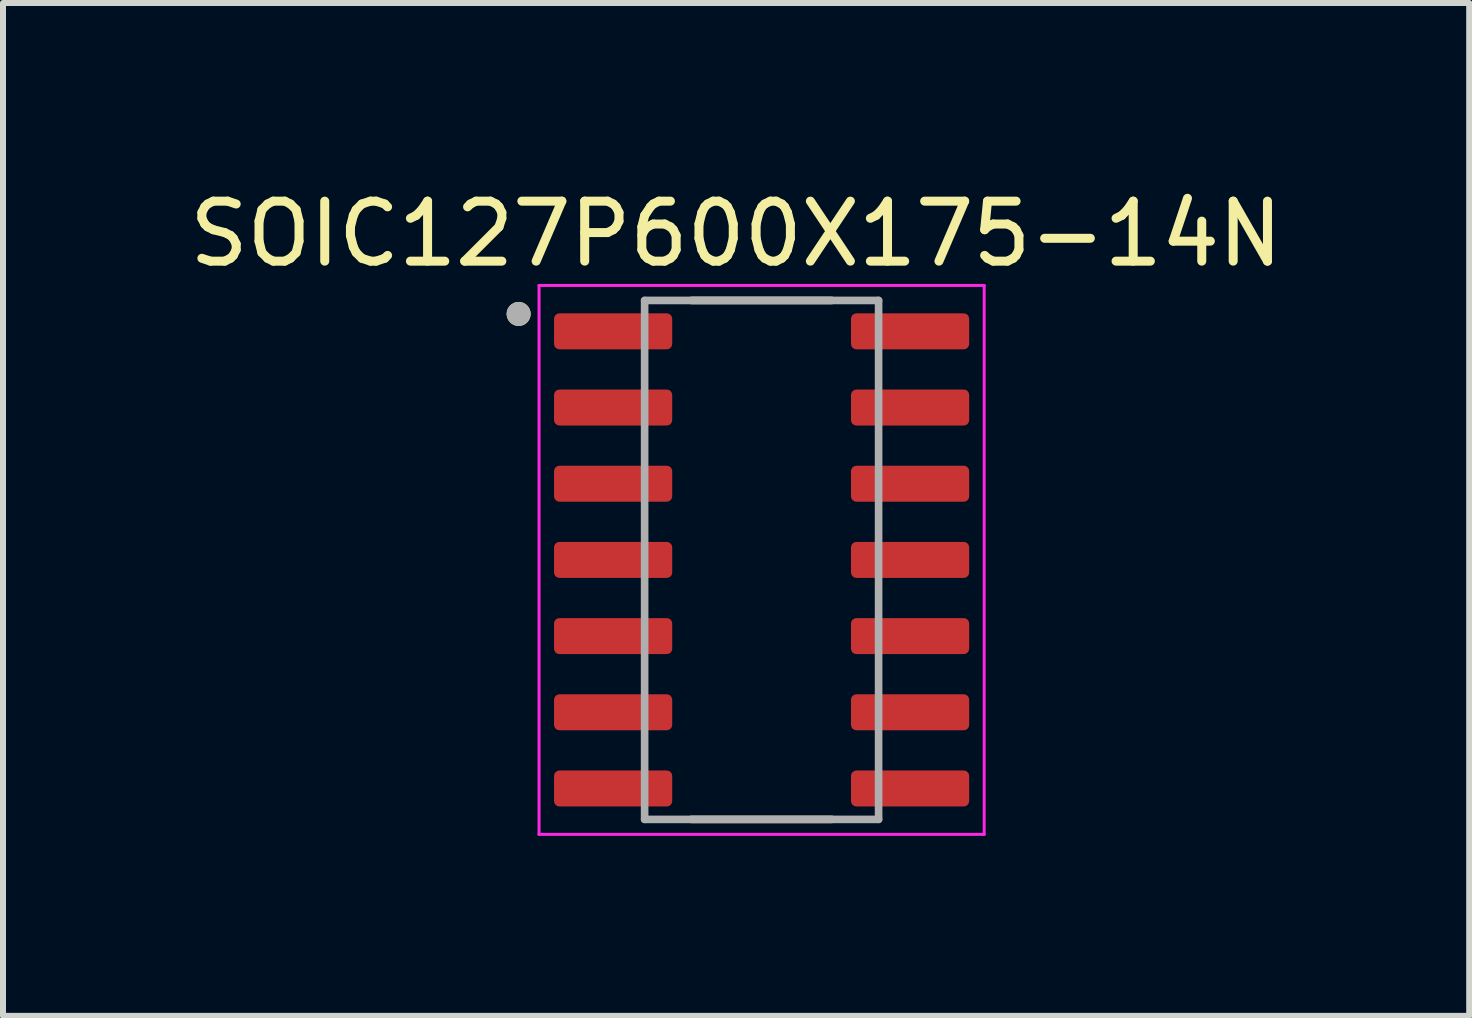
<source format=kicad_pcb>
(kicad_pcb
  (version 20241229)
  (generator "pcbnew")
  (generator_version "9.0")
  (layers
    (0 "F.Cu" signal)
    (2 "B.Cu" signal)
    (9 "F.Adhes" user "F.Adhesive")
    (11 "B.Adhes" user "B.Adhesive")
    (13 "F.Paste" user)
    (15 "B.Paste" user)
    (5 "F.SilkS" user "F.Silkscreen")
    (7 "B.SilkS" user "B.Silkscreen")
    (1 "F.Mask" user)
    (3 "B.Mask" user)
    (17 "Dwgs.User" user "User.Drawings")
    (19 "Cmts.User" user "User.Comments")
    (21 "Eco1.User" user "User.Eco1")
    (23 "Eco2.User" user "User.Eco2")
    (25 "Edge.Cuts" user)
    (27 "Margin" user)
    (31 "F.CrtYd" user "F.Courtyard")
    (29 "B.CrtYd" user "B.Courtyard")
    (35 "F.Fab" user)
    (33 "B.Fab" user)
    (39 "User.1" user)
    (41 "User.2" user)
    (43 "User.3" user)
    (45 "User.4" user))
  (footprint "SOIC127P600X175-14N"
    (layer "F.Cu")
    (at 9.645 6.283)
    (property "Reference" "SOIC127P600X175-14N" (at -0.425 -5.435 0) (layer "F.SilkS") (effects (font (size 1 1) (thickness 0.15))))
    (attr through_hole)
    (fp_line (start -1.17 -4.325) (end 1.17 -4.325) (stroke (width 0.127) (type solid)) (layer "F.SilkS"))
    (fp_line (start -1.17 4.325) (end 1.17 4.325) (stroke (width 0.127) (type solid)) (layer "F.SilkS"))
    (fp_circle (center -4.05 -4.1) (end -3.95 -4.1) (stroke (width 0.2) (type solid)) (fill no) (layer "F.SilkS"))
    (fp_line (start -3.71 -4.575) (end 3.71 -4.575) (stroke (width 0.05) (type solid)) (layer "F.CrtYd"))
    (fp_line (start -3.71 4.575) (end -3.71 -4.575) (stroke (width 0.05) (type solid)) (layer "F.CrtYd"))
    (fp_line (start 3.71 -4.575) (end 3.71 4.575) (stroke (width 0.05) (type solid)) (layer "F.CrtYd"))
    (fp_line (start 3.71 4.575) (end -3.71 4.575) (stroke (width 0.05) (type solid)) (layer "F.CrtYd"))
    (fp_line (start -1.95 -4.325) (end 1.95 -4.325) (stroke (width 0.127) (type solid)) (layer "F.Fab"))
    (fp_line (start -1.95 4.325) (end -1.95 -4.325) (stroke (width 0.127) (type solid)) (layer "F.Fab"))
    (fp_line (start 1.95 -4.325) (end 1.95 4.325) (stroke (width 0.127) (type solid)) (layer "F.Fab"))
    (fp_line (start 1.95 4.325) (end -1.95 4.325) (stroke (width 0.127) (type solid)) (layer "F.Fab"))
    (fp_circle (center -4.05 -4.1) (end -3.95 -4.1) (stroke (width 0.2) (type solid)) (fill no) (layer "F.Fab"))
    (pad "1" smd roundrect (at -2.475 -3.81) (size 1.97 0.6) (layers "F.Cu" "F.Mask" "F.Paste") (roundrect_rratio 0.15))
    (pad "2" smd roundrect (at -2.475 -2.54) (size 1.97 0.6) (layers "F.Cu" "F.Mask" "F.Paste") (roundrect_rratio 0.15))
    (pad "3" smd roundrect (at -2.475 -1.27) (size 1.97 0.6) (layers "F.Cu" "F.Mask" "F.Paste") (roundrect_rratio 0.15))
    (pad "4" smd roundrect (at -2.475 0) (size 1.97 0.6) (layers "F.Cu" "F.Mask" "F.Paste") (roundrect_rratio 0.15))
    (pad "5" smd roundrect (at -2.475 1.27) (size 1.97 0.6) (layers "F.Cu" "F.Mask" "F.Paste") (roundrect_rratio 0.15))
    (pad "6" smd roundrect (at -2.475 2.54) (size 1.97 0.6) (layers "F.Cu" "F.Mask" "F.Paste") (roundrect_rratio 0.15))
    (pad "7" smd roundrect (at -2.475 3.81) (size 1.97 0.6) (layers "F.Cu" "F.Mask" "F.Paste") (roundrect_rratio 0.15))
    (pad "8" smd roundrect (at 2.475 3.81) (size 1.97 0.6) (layers "F.Cu" "F.Mask" "F.Paste") (roundrect_rratio 0.15))
    (pad "9" smd roundrect (at 2.475 2.54) (size 1.97 0.6) (layers "F.Cu" "F.Mask" "F.Paste") (roundrect_rratio 0.15))
    (pad "10" smd roundrect (at 2.475 1.27) (size 1.97 0.6) (layers "F.Cu" "F.Mask" "F.Paste") (roundrect_rratio 0.15))
    (pad "11" smd roundrect (at 2.475 0) (size 1.97 0.6) (layers "F.Cu" "F.Mask" "F.Paste") (roundrect_rratio 0.15))
    (pad "12" smd roundrect (at 2.475 -1.27) (size 1.97 0.6) (layers "F.Cu" "F.Mask" "F.Paste") (roundrect_rratio 0.15))
    (pad "13" smd roundrect (at 2.475 -2.54) (size 1.97 0.6) (layers "F.Cu" "F.Mask" "F.Paste") (roundrect_rratio 0.15))
    (pad "14" smd roundrect (at 2.475 -3.81) (size 1.97 0.6) (layers "F.Cu" "F.Mask" "F.Paste") (roundrect_rratio 0.15)))
  (gr_rect
    (start -3 -3)
    (end 21.44 13.883)
    (stroke (width 0.1) (type default))
    (fill no)
    (layer "Edge.Cuts")))
</source>
